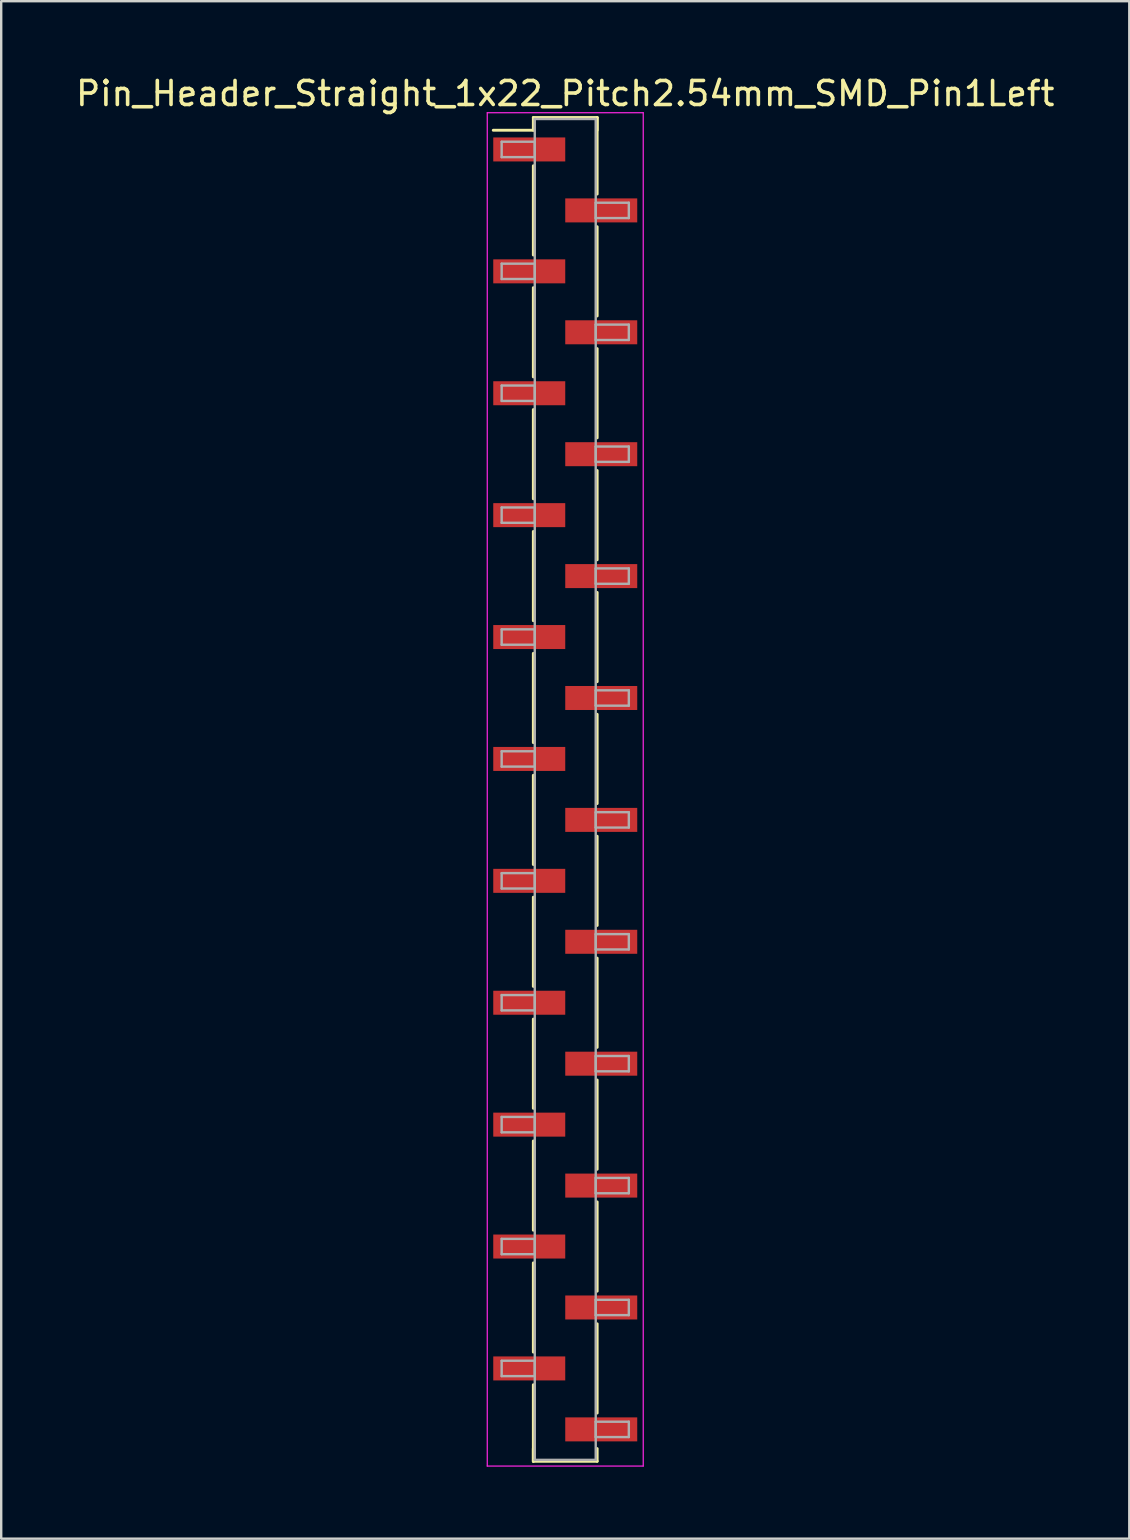
<source format=kicad_pcb>
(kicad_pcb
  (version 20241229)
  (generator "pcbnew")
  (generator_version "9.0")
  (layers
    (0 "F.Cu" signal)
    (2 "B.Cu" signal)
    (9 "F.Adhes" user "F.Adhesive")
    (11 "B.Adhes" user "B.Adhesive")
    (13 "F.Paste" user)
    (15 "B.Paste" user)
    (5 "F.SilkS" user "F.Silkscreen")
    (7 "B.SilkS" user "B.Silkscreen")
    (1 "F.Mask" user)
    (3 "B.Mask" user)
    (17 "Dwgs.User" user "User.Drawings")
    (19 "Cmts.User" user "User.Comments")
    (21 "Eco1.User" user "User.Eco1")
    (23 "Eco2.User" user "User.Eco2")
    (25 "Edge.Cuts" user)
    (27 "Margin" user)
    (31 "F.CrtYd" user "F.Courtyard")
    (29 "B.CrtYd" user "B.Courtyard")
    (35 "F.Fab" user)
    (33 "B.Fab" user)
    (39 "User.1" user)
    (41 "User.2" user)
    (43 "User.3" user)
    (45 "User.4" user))
  (footprint "Pin_Header_Straight_1x22_Pitch2.54mm_SMD_Pin1Left"
    (layer "F.Cu")
    (at 20.506 29.848)
    (property "Reference" "Pin_Header_Straight_1x22_Pitch2.54mm_SMD_Pin1Left" (at 0 -29 0) (layer "F.SilkS") (effects (font (size 1 1) (thickness 0.15))))
    (attr smd)
    (fp_line (start -1.33 -28) (end 1.33 -28) (stroke (width 0.12) (type solid)) (layer "F.SilkS"))
    (fp_line (start -1.33 -27.47) (end -3 -27.47) (stroke (width 0.12) (type solid)) (layer "F.SilkS"))
    (fp_line (start -1.33 -27.47) (end -1.33 -28) (stroke (width 0.12) (type solid)) (layer "F.SilkS"))
    (fp_line (start -1.33 -25.99) (end -1.33 -22.27) (stroke (width 0.12) (type solid)) (layer "F.SilkS"))
    (fp_line (start -1.33 -20.91) (end -1.33 -17.19) (stroke (width 0.12) (type solid)) (layer "F.SilkS"))
    (fp_line (start -1.33 -15.83) (end -1.33 -12.11) (stroke (width 0.12) (type solid)) (layer "F.SilkS"))
    (fp_line (start -1.33 -10.75) (end -1.33 -7.03) (stroke (width 0.12) (type solid)) (layer "F.SilkS"))
    (fp_line (start -1.33 -5.67) (end -1.33 -1.95) (stroke (width 0.12) (type solid)) (layer "F.SilkS"))
    (fp_line (start -1.33 -0.59) (end -1.33 3.13) (stroke (width 0.12) (type solid)) (layer "F.SilkS"))
    (fp_line (start -1.33 4.49) (end -1.33 8.21) (stroke (width 0.12) (type solid)) (layer "F.SilkS"))
    (fp_line (start -1.33 9.57) (end -1.33 13.29) (stroke (width 0.12) (type solid)) (layer "F.SilkS"))
    (fp_line (start -1.33 14.65) (end -1.33 18.37) (stroke (width 0.12) (type solid)) (layer "F.SilkS"))
    (fp_line (start -1.33 19.73) (end -1.33 23.45) (stroke (width 0.12) (type solid)) (layer "F.SilkS"))
    (fp_line (start -1.33 24.81) (end -1.33 28) (stroke (width 0.12) (type solid)) (layer "F.SilkS"))
    (fp_line (start -1.33 27.47) (end -1.33 28) (stroke (width 0.12) (type solid)) (layer "F.SilkS"))
    (fp_line (start -1.33 28) (end 1.33 28) (stroke (width 0.12) (type solid)) (layer "F.SilkS"))
    (fp_line (start 1.33 -28) (end 1.33 -27.47) (stroke (width 0.12) (type solid)) (layer "F.SilkS"))
    (fp_line (start 1.33 -28) (end 1.33 -24.81) (stroke (width 0.12) (type solid)) (layer "F.SilkS"))
    (fp_line (start 1.33 -23.45) (end 1.33 -19.73) (stroke (width 0.12) (type solid)) (layer "F.SilkS"))
    (fp_line (start 1.33 -18.37) (end 1.33 -14.65) (stroke (width 0.12) (type solid)) (layer "F.SilkS"))
    (fp_line (start 1.33 -13.29) (end 1.33 -9.57) (stroke (width 0.12) (type solid)) (layer "F.SilkS"))
    (fp_line (start 1.33 -8.21) (end 1.33 -4.49) (stroke (width 0.12) (type solid)) (layer "F.SilkS"))
    (fp_line (start 1.33 -3.13) (end 1.33 0.59) (stroke (width 0.12) (type solid)) (layer "F.SilkS"))
    (fp_line (start 1.33 1.95) (end 1.33 5.67) (stroke (width 0.12) (type solid)) (layer "F.SilkS"))
    (fp_line (start 1.33 7.03) (end 1.33 10.75) (stroke (width 0.12) (type solid)) (layer "F.SilkS"))
    (fp_line (start 1.33 12.11) (end 1.33 15.83) (stroke (width 0.12) (type solid)) (layer "F.SilkS"))
    (fp_line (start 1.33 17.19) (end 1.33 20.91) (stroke (width 0.12) (type solid)) (layer "F.SilkS"))
    (fp_line (start 1.33 22.27) (end 1.33 25.99) (stroke (width 0.12) (type solid)) (layer "F.SilkS"))
    (fp_line (start 1.33 28) (end 1.33 27.47) (stroke (width 0.12) (type solid)) (layer "F.SilkS"))
    (fp_line (start -3.25 -28.2) (end -3.25 28.2) (stroke (width 0.05) (type solid)) (layer "F.CrtYd"))
    (fp_line (start -3.25 28.2) (end 3.25 28.2) (stroke (width 0.05) (type solid)) (layer "F.CrtYd"))
    (fp_line (start 3.25 -28.2) (end -3.25 -28.2) (stroke (width 0.05) (type solid)) (layer "F.CrtYd"))
    (fp_line (start 3.25 28.2) (end 3.25 -28.2) (stroke (width 0.05) (type solid)) (layer "F.CrtYd"))
    (fp_line (start -2.65 -26.99) (end -1.27 -26.99) (stroke (width 0.1) (type solid)) (layer "F.Fab"))
    (fp_line (start -2.65 -26.35) (end -2.65 -26.99) (stroke (width 0.1) (type solid)) (layer "F.Fab"))
    (fp_line (start -2.65 -21.91) (end -1.27 -21.91) (stroke (width 0.1) (type solid)) (layer "F.Fab"))
    (fp_line (start -2.65 -21.27) (end -2.65 -21.91) (stroke (width 0.1) (type solid)) (layer "F.Fab"))
    (fp_line (start -2.65 -16.83) (end -1.27 -16.83) (stroke (width 0.1) (type solid)) (layer "F.Fab"))
    (fp_line (start -2.65 -16.19) (end -2.65 -16.83) (stroke (width 0.1) (type solid)) (layer "F.Fab"))
    (fp_line (start -2.65 -11.75) (end -1.27 -11.75) (stroke (width 0.1) (type solid)) (layer "F.Fab"))
    (fp_line (start -2.65 -11.11) (end -2.65 -11.75) (stroke (width 0.1) (type solid)) (layer "F.Fab"))
    (fp_line (start -2.65 -6.67) (end -1.27 -6.67) (stroke (width 0.1) (type solid)) (layer "F.Fab"))
    (fp_line (start -2.65 -6.03) (end -2.65 -6.67) (stroke (width 0.1) (type solid)) (layer "F.Fab"))
    (fp_line (start -2.65 -1.59) (end -1.27 -1.59) (stroke (width 0.1) (type solid)) (layer "F.Fab"))
    (fp_line (start -2.65 -0.95) (end -2.65 -1.59) (stroke (width 0.1) (type solid)) (layer "F.Fab"))
    (fp_line (start -2.65 3.49) (end -1.27 3.49) (stroke (width 0.1) (type solid)) (layer "F.Fab"))
    (fp_line (start -2.65 4.13) (end -2.65 3.49) (stroke (width 0.1) (type solid)) (layer "F.Fab"))
    (fp_line (start -2.65 8.57) (end -1.27 8.57) (stroke (width 0.1) (type solid)) (layer "F.Fab"))
    (fp_line (start -2.65 9.21) (end -2.65 8.57) (stroke (width 0.1) (type solid)) (layer "F.Fab"))
    (fp_line (start -2.65 13.65) (end -1.27 13.65) (stroke (width 0.1) (type solid)) (layer "F.Fab"))
    (fp_line (start -2.65 14.29) (end -2.65 13.65) (stroke (width 0.1) (type solid)) (layer "F.Fab"))
    (fp_line (start -2.65 18.73) (end -1.27 18.73) (stroke (width 0.1) (type solid)) (layer "F.Fab"))
    (fp_line (start -2.65 19.37) (end -2.65 18.73) (stroke (width 0.1) (type solid)) (layer "F.Fab"))
    (fp_line (start -2.65 23.81) (end -1.27 23.81) (stroke (width 0.1) (type solid)) (layer "F.Fab"))
    (fp_line (start -2.65 24.45) (end -2.65 23.81) (stroke (width 0.1) (type solid)) (layer "F.Fab"))
    (fp_line (start -1.27 -27.94) (end -1.27 27.94) (stroke (width 0.1) (type solid)) (layer "F.Fab"))
    (fp_line (start -1.27 -26.99) (end -1.27 -26.35) (stroke (width 0.1) (type solid)) (layer "F.Fab"))
    (fp_line (start -1.27 -26.35) (end -2.65 -26.35) (stroke (width 0.1) (type solid)) (layer "F.Fab"))
    (fp_line (start -1.27 -21.91) (end -1.27 -21.27) (stroke (width 0.1) (type solid)) (layer "F.Fab"))
    (fp_line (start -1.27 -21.27) (end -2.65 -21.27) (stroke (width 0.1) (type solid)) (layer "F.Fab"))
    (fp_line (start -1.27 -16.83) (end -1.27 -16.19) (stroke (width 0.1) (type solid)) (layer "F.Fab"))
    (fp_line (start -1.27 -16.19) (end -2.65 -16.19) (stroke (width 0.1) (type solid)) (layer "F.Fab"))
    (fp_line (start -1.27 -11.75) (end -1.27 -11.11) (stroke (width 0.1) (type solid)) (layer "F.Fab"))
    (fp_line (start -1.27 -11.11) (end -2.65 -11.11) (stroke (width 0.1) (type solid)) (layer "F.Fab"))
    (fp_line (start -1.27 -6.67) (end -1.27 -6.03) (stroke (width 0.1) (type solid)) (layer "F.Fab"))
    (fp_line (start -1.27 -6.03) (end -2.65 -6.03) (stroke (width 0.1) (type solid)) (layer "F.Fab"))
    (fp_line (start -1.27 -1.59) (end -1.27 -0.95) (stroke (width 0.1) (type solid)) (layer "F.Fab"))
    (fp_line (start -1.27 -0.95) (end -2.65 -0.95) (stroke (width 0.1) (type solid)) (layer "F.Fab"))
    (fp_line (start -1.27 3.49) (end -1.27 4.13) (stroke (width 0.1) (type solid)) (layer "F.Fab"))
    (fp_line (start -1.27 4.13) (end -2.65 4.13) (stroke (width 0.1) (type solid)) (layer "F.Fab"))
    (fp_line (start -1.27 8.57) (end -1.27 9.21) (stroke (width 0.1) (type solid)) (layer "F.Fab"))
    (fp_line (start -1.27 9.21) (end -2.65 9.21) (stroke (width 0.1) (type solid)) (layer "F.Fab"))
    (fp_line (start -1.27 13.65) (end -1.27 14.29) (stroke (width 0.1) (type solid)) (layer "F.Fab"))
    (fp_line (start -1.27 14.29) (end -2.65 14.29) (stroke (width 0.1) (type solid)) (layer "F.Fab"))
    (fp_line (start -1.27 18.73) (end -1.27 19.37) (stroke (width 0.1) (type solid)) (layer "F.Fab"))
    (fp_line (start -1.27 19.37) (end -2.65 19.37) (stroke (width 0.1) (type solid)) (layer "F.Fab"))
    (fp_line (start -1.27 23.81) (end -1.27 24.45) (stroke (width 0.1) (type solid)) (layer "F.Fab"))
    (fp_line (start -1.27 24.45) (end -2.65 24.45) (stroke (width 0.1) (type solid)) (layer "F.Fab"))
    (fp_line (start -1.27 27.94) (end 1.27 27.94) (stroke (width 0.1) (type solid)) (layer "F.Fab"))
    (fp_line (start 1.27 -27.94) (end -1.27 -27.94) (stroke (width 0.1) (type solid)) (layer "F.Fab"))
    (fp_line (start 1.27 -24.45) (end 1.27 -23.81) (stroke (width 0.1) (type solid)) (layer "F.Fab"))
    (fp_line (start 1.27 -23.81) (end 2.65 -23.81) (stroke (width 0.1) (type solid)) (layer "F.Fab"))
    (fp_line (start 1.27 -19.37) (end 1.27 -18.73) (stroke (width 0.1) (type solid)) (layer "F.Fab"))
    (fp_line (start 1.27 -18.73) (end 2.65 -18.73) (stroke (width 0.1) (type solid)) (layer "F.Fab"))
    (fp_line (start 1.27 -14.29) (end 1.27 -13.65) (stroke (width 0.1) (type solid)) (layer "F.Fab"))
    (fp_line (start 1.27 -13.65) (end 2.65 -13.65) (stroke (width 0.1) (type solid)) (layer "F.Fab"))
    (fp_line (start 1.27 -9.21) (end 1.27 -8.57) (stroke (width 0.1) (type solid)) (layer "F.Fab"))
    (fp_line (start 1.27 -8.57) (end 2.65 -8.57) (stroke (width 0.1) (type solid)) (layer "F.Fab"))
    (fp_line (start 1.27 -4.13) (end 1.27 -3.49) (stroke (width 0.1) (type solid)) (layer "F.Fab"))
    (fp_line (start 1.27 -3.49) (end 2.65 -3.49) (stroke (width 0.1) (type solid)) (layer "F.Fab"))
    (fp_line (start 1.27 0.95) (end 1.27 1.59) (stroke (width 0.1) (type solid)) (layer "F.Fab"))
    (fp_line (start 1.27 1.59) (end 2.65 1.59) (stroke (width 0.1) (type solid)) (layer "F.Fab"))
    (fp_line (start 1.27 6.03) (end 1.27 6.67) (stroke (width 0.1) (type solid)) (layer "F.Fab"))
    (fp_line (start 1.27 6.67) (end 2.65 6.67) (stroke (width 0.1) (type solid)) (layer "F.Fab"))
    (fp_line (start 1.27 11.11) (end 1.27 11.75) (stroke (width 0.1) (type solid)) (layer "F.Fab"))
    (fp_line (start 1.27 11.75) (end 2.65 11.75) (stroke (width 0.1) (type solid)) (layer "F.Fab"))
    (fp_line (start 1.27 16.19) (end 1.27 16.83) (stroke (width 0.1) (type solid)) (layer "F.Fab"))
    (fp_line (start 1.27 16.83) (end 2.65 16.83) (stroke (width 0.1) (type solid)) (layer "F.Fab"))
    (fp_line (start 1.27 21.27) (end 1.27 21.91) (stroke (width 0.1) (type solid)) (layer "F.Fab"))
    (fp_line (start 1.27 21.91) (end 2.65 21.91) (stroke (width 0.1) (type solid)) (layer "F.Fab"))
    (fp_line (start 1.27 26.35) (end 1.27 26.99) (stroke (width 0.1) (type solid)) (layer "F.Fab"))
    (fp_line (start 1.27 26.99) (end 2.65 26.99) (stroke (width 0.1) (type solid)) (layer "F.Fab"))
    (fp_line (start 1.27 27.94) (end 1.27 -27.94) (stroke (width 0.1) (type solid)) (layer "F.Fab"))
    (fp_line (start 2.65 -24.45) (end 1.27 -24.45) (stroke (width 0.1) (type solid)) (layer "F.Fab"))
    (fp_line (start 2.65 -23.81) (end 2.65 -24.45) (stroke (width 0.1) (type solid)) (layer "F.Fab"))
    (fp_line (start 2.65 -19.37) (end 1.27 -19.37) (stroke (width 0.1) (type solid)) (layer "F.Fab"))
    (fp_line (start 2.65 -18.73) (end 2.65 -19.37) (stroke (width 0.1) (type solid)) (layer "F.Fab"))
    (fp_line (start 2.65 -14.29) (end 1.27 -14.29) (stroke (width 0.1) (type solid)) (layer "F.Fab"))
    (fp_line (start 2.65 -13.65) (end 2.65 -14.29) (stroke (width 0.1) (type solid)) (layer "F.Fab"))
    (fp_line (start 2.65 -9.21) (end 1.27 -9.21) (stroke (width 0.1) (type solid)) (layer "F.Fab"))
    (fp_line (start 2.65 -8.57) (end 2.65 -9.21) (stroke (width 0.1) (type solid)) (layer "F.Fab"))
    (fp_line (start 2.65 -4.13) (end 1.27 -4.13) (stroke (width 0.1) (type solid)) (layer "F.Fab"))
    (fp_line (start 2.65 -3.49) (end 2.65 -4.13) (stroke (width 0.1) (type solid)) (layer "F.Fab"))
    (fp_line (start 2.65 0.95) (end 1.27 0.95) (stroke (width 0.1) (type solid)) (layer "F.Fab"))
    (fp_line (start 2.65 1.59) (end 2.65 0.95) (stroke (width 0.1) (type solid)) (layer "F.Fab"))
    (fp_line (start 2.65 6.03) (end 1.27 6.03) (stroke (width 0.1) (type solid)) (layer "F.Fab"))
    (fp_line (start 2.65 6.67) (end 2.65 6.03) (stroke (width 0.1) (type solid)) (layer "F.Fab"))
    (fp_line (start 2.65 11.11) (end 1.27 11.11) (stroke (width 0.1) (type solid)) (layer "F.Fab"))
    (fp_line (start 2.65 11.75) (end 2.65 11.11) (stroke (width 0.1) (type solid)) (layer "F.Fab"))
    (fp_line (start 2.65 16.19) (end 1.27 16.19) (stroke (width 0.1) (type solid)) (layer "F.Fab"))
    (fp_line (start 2.65 16.83) (end 2.65 16.19) (stroke (width 0.1) (type solid)) (layer "F.Fab"))
    (fp_line (start 2.65 21.27) (end 1.27 21.27) (stroke (width 0.1) (type solid)) (layer "F.Fab"))
    (fp_line (start 2.65 21.91) (end 2.65 21.27) (stroke (width 0.1) (type solid)) (layer "F.Fab"))
    (fp_line (start 2.65 26.35) (end 1.27 26.35) (stroke (width 0.1) (type solid)) (layer "F.Fab"))
    (fp_line (start 2.65 26.99) (end 2.65 26.35) (stroke (width 0.1) (type solid)) (layer "F.Fab"))
    (pad "1" smd rect (at -1.5 -26.67) (size 3 1) (layers "F.Cu" "F.Mask"))
    (pad "2" smd rect (at 1.5 -24.13) (size 3 1) (layers "F.Cu" "F.Mask"))
    (pad "3" smd rect (at -1.5 -21.59) (size 3 1) (layers "F.Cu" "F.Mask"))
    (pad "4" smd rect (at 1.5 -19.05) (size 3 1) (layers "F.Cu" "F.Mask"))
    (pad "5" smd rect (at -1.5 -16.51) (size 3 1) (layers "F.Cu" "F.Mask"))
    (pad "6" smd rect (at 1.5 -13.97) (size 3 1) (layers "F.Cu" "F.Mask"))
    (pad "7" smd rect (at -1.5 -11.43) (size 3 1) (layers "F.Cu" "F.Mask"))
    (pad "8" smd rect (at 1.5 -8.89) (size 3 1) (layers "F.Cu" "F.Mask"))
    (pad "9" smd rect (at -1.5 -6.35) (size 3 1) (layers "F.Cu" "F.Mask"))
    (pad "10" smd rect (at 1.5 -3.81) (size 3 1) (layers "F.Cu" "F.Mask"))
    (pad "11" smd rect (at -1.5 -1.27) (size 3 1) (layers "F.Cu" "F.Mask"))
    (pad "12" smd rect (at 1.5 1.27) (size 3 1) (layers "F.Cu" "F.Mask"))
    (pad "13" smd rect (at -1.5 3.81) (size 3 1) (layers "F.Cu" "F.Mask"))
    (pad "14" smd rect (at 1.5 6.35) (size 3 1) (layers "F.Cu" "F.Mask"))
    (pad "15" smd rect (at -1.5 8.89) (size 3 1) (layers "F.Cu" "F.Mask"))
    (pad "16" smd rect (at 1.5 11.43) (size 3 1) (layers "F.Cu" "F.Mask"))
    (pad "17" smd rect (at -1.5 13.97) (size 3 1) (layers "F.Cu" "F.Mask"))
    (pad "18" smd rect (at 1.5 16.51) (size 3 1) (layers "F.Cu" "F.Mask"))
    (pad "19" smd rect (at -1.5 19.05) (size 3 1) (layers "F.Cu" "F.Mask"))
    (pad "20" smd rect (at 1.5 21.59) (size 3 1) (layers "F.Cu" "F.Mask"))
    (pad "21" smd rect (at -1.5 24.13) (size 3 1) (layers "F.Cu" "F.Mask"))
    (pad "22" smd rect (at 1.5 26.67) (size 3 1) (layers "F.Cu" "F.Mask")))
  (gr_rect
    (start -3 -3)
    (end 44.012 61.073)
    (stroke (width 0.1) (type default))
    (fill no)
    (layer "Edge.Cuts")))
</source>
